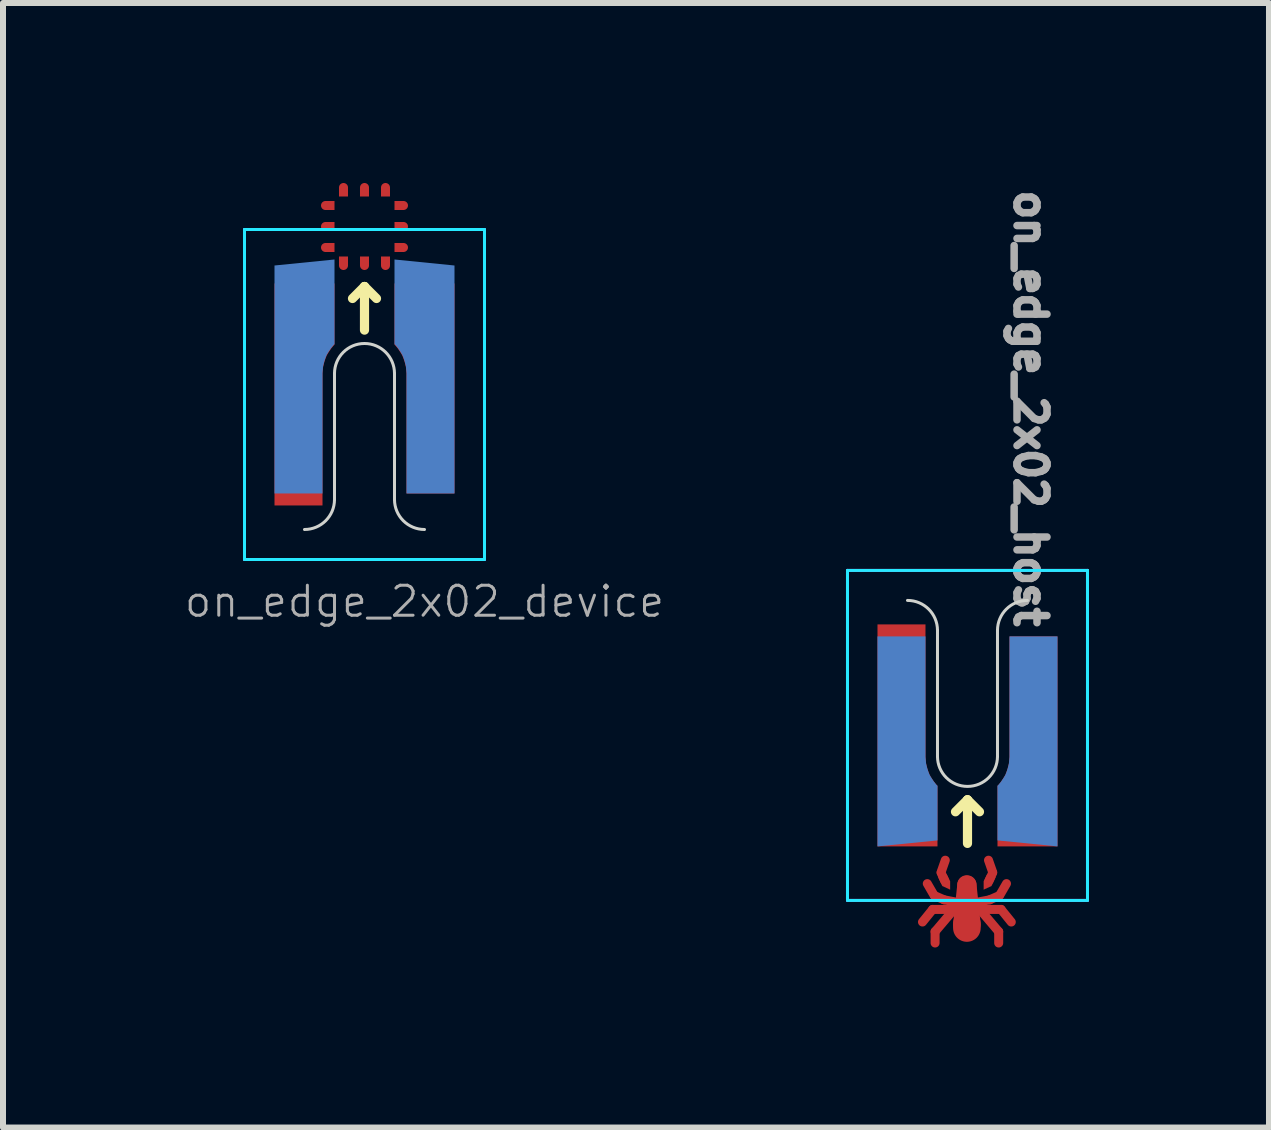
<source format=kicad_pcb>
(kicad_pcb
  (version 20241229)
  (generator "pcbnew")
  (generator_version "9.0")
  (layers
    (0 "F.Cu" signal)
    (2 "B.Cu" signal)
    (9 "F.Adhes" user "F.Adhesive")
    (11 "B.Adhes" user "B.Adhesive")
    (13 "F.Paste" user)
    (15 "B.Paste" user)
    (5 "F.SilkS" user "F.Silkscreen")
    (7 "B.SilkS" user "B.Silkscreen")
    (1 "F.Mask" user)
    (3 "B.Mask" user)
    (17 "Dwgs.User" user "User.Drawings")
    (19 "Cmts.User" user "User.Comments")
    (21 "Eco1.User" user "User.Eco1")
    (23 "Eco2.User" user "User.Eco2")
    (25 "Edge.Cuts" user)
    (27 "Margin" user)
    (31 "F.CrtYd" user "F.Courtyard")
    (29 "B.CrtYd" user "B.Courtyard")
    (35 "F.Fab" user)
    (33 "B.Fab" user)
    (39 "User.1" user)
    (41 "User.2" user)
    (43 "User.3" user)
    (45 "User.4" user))
  (footprint "on_edge_2x02_host"
    (layer "F.Cu")
    (at 14.075 6.957)
    (property "Reference" "on_edge_2x02_host" (at 0.05 -3.2 270) (unlocked yes) (layer "F.Fab") (effects (font (size 0.5 0.5) (thickness 0.125))))
    (attr exclude_from_pos_files exclude_from_bom)
    (fp_line (start -1.75 5.36) (end -1.58 5.15) (stroke (width 0.15) (type solid)) (layer "F.Cu"))
    (fp_line (start -1.67 4.72) (end -1.56 4.91) (stroke (width 0.15) (type solid)) (layer "F.Cu"))
    (fp_line (start -1.54 5.71) (end -1.54 5.52) (stroke (width 0.15) (type solid)) (layer "F.Cu"))
    (fp_line (start -1.44 4.54) (end -1.38 4.67) (stroke (width 0.15) (type solid)) (layer "F.Cu"))
    (fp_line (start -1.39 4.99) (end -1.55 4.92) (stroke (width 0.15) (type solid)) (layer "F.Cu"))
    (fp_line (start -1.39 4.99) (end -1.13 5.04) (stroke (width 0.15) (type solid)) (layer "F.Cu"))
    (fp_line (start -1.37 4.33) (end -1.44 4.53) (stroke (width 0.15) (type solid)) (layer "F.Cu"))
    (fp_line (start -1.26 5.19) (end -1.54 5.52) (stroke (width 0.15) (type solid)) (layer "F.Cu"))
    (fp_line (start -1.21 5.15) (end -1.58 5.15) (stroke (width 0.15) (type solid)) (layer "F.Cu"))
    (fp_line (start -1.09 5.4) (end -1.02 4.74) (stroke (width 0.3) (type solid)) (layer "F.Cu"))
    (fp_line (start -1.01 5.46) (end -1.01 5.39) (stroke (width 0.46) (type solid)) (layer "F.Cu"))
    (fp_line (start -1.01 5.51) (end -1.01 4.74) (stroke (width 0.32) (type solid)) (layer "F.Cu"))
    (fp_line (start -0.93 5.4) (end -1 4.74) (stroke (width 0.3) (type solid)) (layer "F.Cu"))
    (fp_line (start -0.81 5.15) (end -0.44 5.15) (stroke (width 0.15) (type solid)) (layer "F.Cu"))
    (fp_line (start -0.76 5.19) (end -0.48 5.52) (stroke (width 0.15) (type solid)) (layer "F.Cu"))
    (fp_line (start -0.65 4.33) (end -0.58 4.53) (stroke (width 0.15) (type solid)) (layer "F.Cu"))
    (fp_line (start -0.63 4.99) (end -0.89 5.04) (stroke (width 0.15) (type solid)) (layer "F.Cu"))
    (fp_line (start -0.63 4.99) (end -0.47 4.92) (stroke (width 0.15) (type solid)) (layer "F.Cu"))
    (fp_line (start -0.58 4.54) (end -0.64 4.67) (stroke (width 0.15) (type solid)) (layer "F.Cu"))
    (fp_line (start -0.48 5.71) (end -0.48 5.52) (stroke (width 0.15) (type solid)) (layer "F.Cu"))
    (fp_line (start -0.35 4.72) (end -0.46 4.91) (stroke (width 0.15) (type solid)) (layer "F.Cu"))
    (fp_line (start -0.27 5.36) (end -0.44 5.15) (stroke (width 0.15) (type solid)) (layer "F.Cu"))
    (fp_poly (pts (xy -1.35 4.56) (xy -1.29 4.68) (xy -1.29 4.82) (xy -1.42 4.76) (xy -1.49 4.61) (xy -1.4 4.64)) (stroke (width 0.001) (type solid)) (fill yes) (layer "F.Cu"))
    (fp_poly (pts (xy -0.67 4.56) (xy -0.73 4.68) (xy -0.73 4.82) (xy -0.6 4.76) (xy -0.53 4.61) (xy -0.62 4.64)) (stroke (width 0.001) (type solid)) (fill yes) (layer "F.Cu"))
    (fp_line (start -1.75 5.36) (end -1.58 5.15) (stroke (width 0.15) (type solid)) (layer "F.Mask"))
    (fp_line (start -1.67 4.72) (end -1.56 4.91) (stroke (width 0.15) (type solid)) (layer "F.Mask"))
    (fp_line (start -1.54 5.71) (end -1.54 5.52) (stroke (width 0.15) (type solid)) (layer "F.Mask"))
    (fp_line (start -1.44 4.54) (end -1.38 4.67) (stroke (width 0.15) (type solid)) (layer "F.Mask"))
    (fp_line (start -1.39 4.99) (end -1.55 4.92) (stroke (width 0.15) (type solid)) (layer "F.Mask"))
    (fp_line (start -1.39 4.99) (end -1.13 5.04) (stroke (width 0.15) (type solid)) (layer "F.Mask"))
    (fp_line (start -1.37 4.33) (end -1.44 4.53) (stroke (width 0.15) (type solid)) (layer "F.Mask"))
    (fp_line (start -1.26 5.19) (end -1.54 5.52) (stroke (width 0.15) (type solid)) (layer "F.Mask"))
    (fp_line (start -1.21 5.15) (end -1.58 5.15) (stroke (width 0.15) (type solid)) (layer "F.Mask"))
    (fp_line (start -1.09 5.4) (end -1.02 4.74) (stroke (width 0.3) (type solid)) (layer "F.Mask"))
    (fp_line (start -1.01 5.46) (end -1.01 5.39) (stroke (width 0.46) (type solid)) (layer "F.Mask"))
    (fp_line (start -1.01 5.51) (end -1.01 4.74) (stroke (width 0.32) (type solid)) (layer "F.Mask"))
    (fp_line (start -0.93 5.4) (end -1 4.74) (stroke (width 0.3) (type solid)) (layer "F.Mask"))
    (fp_line (start -0.81 5.15) (end -0.44 5.15) (stroke (width 0.15) (type solid)) (layer "F.Mask"))
    (fp_line (start -0.76 5.19) (end -0.48 5.52) (stroke (width 0.15) (type solid)) (layer "F.Mask"))
    (fp_line (start -0.65 4.33) (end -0.58 4.53) (stroke (width 0.15) (type solid)) (layer "F.Mask"))
    (fp_line (start -0.63 4.99) (end -0.89 5.04) (stroke (width 0.15) (type solid)) (layer "F.Mask"))
    (fp_line (start -0.63 4.99) (end -0.47 4.92) (stroke (width 0.15) (type solid)) (layer "F.Mask"))
    (fp_line (start -0.58 4.54) (end -0.64 4.67) (stroke (width 0.15) (type solid)) (layer "F.Mask"))
    (fp_line (start -0.48 5.71) (end -0.48 5.52) (stroke (width 0.15) (type solid)) (layer "F.Mask"))
    (fp_line (start -0.35 4.72) (end -0.46 4.91) (stroke (width 0.15) (type solid)) (layer "F.Mask"))
    (fp_line (start -0.27 5.36) (end -0.44 5.15) (stroke (width 0.15) (type solid)) (layer "F.Mask"))
    (fp_poly (pts (xy -1.35 4.56) (xy -1.29 4.68) (xy -1.29 4.82) (xy -1.42 4.76) (xy -1.49 4.61) (xy -1.4 4.64)) (stroke (width 0.001) (type solid)) (fill yes) (layer "F.Mask"))
    (fp_poly (pts (xy -0.67 4.56) (xy -0.73 4.68) (xy -0.73 4.82) (xy -0.6 4.76) (xy -0.53 4.61) (xy -0.62 4.64)) (stroke (width 0.001) (type solid)) (fill yes) (layer "F.Mask"))
    (fp_line (start -1 3.323) (end -1.2 3.523) (stroke (width 0.153) (type solid)) (layer "F.SilkS"))
    (fp_line (start -1 4.05) (end -1 3.323) (stroke (width 0.153) (type solid)) (layer "F.SilkS"))
    (fp_line (start -0.8 3.523) (end -1 3.323) (stroke (width 0.153) (type solid)) (layer "F.SilkS"))
    (fp_line (start -1.5 0.5) (end -1.5 2.6) (stroke (width 0.05) (type solid)) (layer "Edge.Cuts"))
    (fp_line (start -0.5 2.6) (end -0.5 0.5) (stroke (width 0.05) (type solid)) (layer "Edge.Cuts"))
    (fp_arc (start -2 0) (mid -1.646447 0.146447) (end -1.5 0.5) (stroke (width 0.05) (type solid)) (layer "Edge.Cuts"))
    (fp_arc (start -0.5 0.5) (mid -0.353553 0.146447) (end 0 0) (stroke (width 0.05) (type solid)) (layer "Edge.Cuts"))
    (fp_arc (start -0.5 2.6) (mid -1 3.1) (end -1.5 2.6) (stroke (width 0.05) (type solid)) (layer "Edge.Cuts"))
    (fp_line (start -3 -0.5) (end 1 -0.5) (stroke (width 0.05) (type solid)) (layer "B.CrtYd"))
    (fp_line (start -3 5) (end -3 -0.5) (stroke (width 0.05) (type solid)) (layer "B.CrtYd"))
    (fp_line (start 1 -0.5) (end 1 5) (stroke (width 0.05) (type solid)) (layer "B.CrtYd"))
    (fp_line (start 1 5) (end -3 5) (stroke (width 0.05) (type solid)) (layer "B.CrtYd"))
    (fp_line (start -3 -0.5) (end -3 5) (stroke (width 0.05) (type solid)) (layer "F.CrtYd"))
    (fp_line (start -3 5) (end 1 5) (stroke (width 0.05) (type solid)) (layer "F.CrtYd"))
    (fp_line (start 1 -0.5) (end -3 -0.5) (stroke (width 0.05) (type solid)) (layer "F.CrtYd"))
    (fp_line (start 1 5) (end 1 -0.5) (stroke (width 0.05) (type solid)) (layer "F.CrtYd"))
    (pad "1" smd custom (at -2 3.6) (size 1 1) (layers "F.Cu" "F.Mask") (options (anchor rect)) (primitives (gr_poly (pts (xy 0.3 -0.99) (xy 0.31 -0.88) (xy 0.33 -0.8) (xy 0.35 -0.74) (xy 0.37 -0.69) (xy 0.4 -0.64) (xy 0.44 -0.58) (xy 0.48 -0.53) (xy 0.5 -0.51) (xy 0.5 0.5) (xy -0.5 0.5) (xy -0.5 -3.2) (xy 0.3 -3.2)) (width 0) (fill yes))))
    (pad "2" smd custom (at 0 3.6) (size 1 1) (layers "F.Cu" "F.Mask") (options (anchor rect)) (primitives (gr_poly (pts (xy -0.3 -0.99) (xy -0.31 -0.88) (xy -0.33 -0.8) (xy -0.35 -0.74) (xy -0.37 -0.69) (xy -0.4 -0.64) (xy -0.44 -0.58) (xy -0.48 -0.53) (xy -0.5 -0.51) (xy -0.5 0.5) (xy 0.5 0.5) (xy 0.5 -3) (xy -0.3 -3)) (width 0) (fill yes))))
    (pad "3" smd custom (at -2 2.1 180) (size 0.4 0.4) (layers "B.Cu" "B.Mask") (options (anchor rect)) (primitives (gr_poly (pts (xy -0.3 -0.51) (xy -0.31 -0.62) (xy -0.33 -0.7) (xy -0.35 -0.76) (xy -0.37 -0.81) (xy -0.4 -0.86) (xy -0.44 -0.92) (xy -0.48 -0.97) (xy -0.5 -0.99) (xy -0.5 -1.9) (xy 0.5 -2) (xy 0.5 1.5) (xy -0.3 1.5)) (width 0) (fill yes))))
    (pad "4" smd custom (at 0 2.1 180) (size 0.4 0.4) (layers "B.Cu" "B.Mask") (options (anchor rect)) (primitives (gr_poly (pts (xy 0.3 -0.51) (xy 0.31 -0.62) (xy 0.33 -0.7) (xy 0.35 -0.76) (xy 0.37 -0.81) (xy 0.4 -0.86) (xy 0.44 -0.92) (xy 0.48 -0.97) (xy 0.5 -0.99) (xy 0.5 -1.9) (xy -0.5 -2) (xy -0.5 1.5) (xy 0.3 1.5)) (width 0) (fill yes)))))
  (footprint "on_edge_2x02_device"
    (layer "F.Cu")
    (at 4.025 5.775)
    (property "Reference" "on_edge_2x02_device" (at 0 1.2 0) (unlocked yes) (layer "F.Fab") (effects (font (size 0.5 0.5) (thickness 0.05))))
    (attr exclude_from_pos_files exclude_from_bom)
    (fp_line (start -1.6 -5.4) (end -1.65 -5.4) (stroke (width 0.15) (type solid)) (layer "F.Cu"))
    (fp_line (start -1.6 -5.05) (end -1.65 -5.05) (stroke (width 0.15) (type solid)) (layer "F.Cu"))
    (fp_line (start -1.6 -4.7) (end -1.65 -4.7) (stroke (width 0.15) (type solid)) (layer "F.Cu"))
    (fp_line (start -1.35 -5.65) (end -1.35 -5.7) (stroke (width 0.15) (type solid)) (layer "F.Cu"))
    (fp_line (start -1.35 -4.45) (end -1.35 -4.4) (stroke (width 0.15) (type solid)) (layer "F.Cu"))
    (fp_line (start -1 -5.65) (end -1 -5.7) (stroke (width 0.15) (type solid)) (layer "F.Cu"))
    (fp_line (start -1 -4.45) (end -1 -4.4) (stroke (width 0.15) (type solid)) (layer "F.Cu"))
    (fp_line (start -0.65 -5.65) (end -0.65 -5.7) (stroke (width 0.15) (type solid)) (layer "F.Cu"))
    (fp_line (start -0.65 -4.45) (end -0.65 -4.4) (stroke (width 0.15) (type solid)) (layer "F.Cu"))
    (fp_line (start -0.4 -5.4) (end -0.35 -5.4) (stroke (width 0.15) (type solid)) (layer "F.Cu"))
    (fp_line (start -0.4 -5.05) (end -0.35 -5.05) (stroke (width 0.15) (type solid)) (layer "F.Cu"))
    (fp_line (start -0.4 -4.7) (end -0.35 -4.7) (stroke (width 0.15) (type solid)) (layer "F.Cu"))
    (fp_poly (pts (xy -1.5 -5.475) (xy -1.5 -5.325) (xy -1.625 -5.325) (xy -1.625 -5.475)) (stroke (width 0) (type solid)) (fill yes) (layer "F.Cu"))
    (fp_poly (pts (xy -1.5 -5.125) (xy -1.5 -4.975) (xy -1.625 -4.975) (xy -1.625 -5.125)) (stroke (width 0) (type solid)) (fill yes) (layer "F.Cu"))
    (fp_poly (pts (xy -1.5 -4.775) (xy -1.5 -4.625) (xy -1.625 -4.625) (xy -1.625 -4.775)) (stroke (width 0) (type solid)) (fill yes) (layer "F.Cu"))
    (fp_poly (pts (xy -1.425 -4.55) (xy -1.275 -4.55) (xy -1.275 -4.425) (xy -1.425 -4.425)) (stroke (width 0) (type solid)) (fill yes) (layer "F.Cu"))
    (fp_poly (pts (xy -1.275 -5.55) (xy -1.425 -5.55) (xy -1.425 -5.675) (xy -1.275 -5.675)) (stroke (width 0) (type solid)) (fill yes) (layer "F.Cu"))
    (fp_poly (pts (xy -1.075 -4.55) (xy -0.925 -4.55) (xy -0.925 -4.425) (xy -1.075 -4.425)) (stroke (width 0) (type solid)) (fill yes) (layer "F.Cu"))
    (fp_poly (pts (xy -0.925 -5.55) (xy -1.075 -5.55) (xy -1.075 -5.675) (xy -0.925 -5.675)) (stroke (width 0) (type solid)) (fill yes) (layer "F.Cu"))
    (fp_poly (pts (xy -0.725 -4.55) (xy -0.575 -4.55) (xy -0.575 -4.425) (xy -0.725 -4.425)) (stroke (width 0) (type solid)) (fill yes) (layer "F.Cu"))
    (fp_poly (pts (xy -0.575 -5.55) (xy -0.725 -5.55) (xy -0.725 -5.675) (xy -0.575 -5.675)) (stroke (width 0) (type solid)) (fill yes) (layer "F.Cu"))
    (fp_poly (pts (xy -0.5 -5.325) (xy -0.5 -5.475) (xy -0.375 -5.475) (xy -0.375 -5.325)) (stroke (width 0) (type solid)) (fill yes) (layer "F.Cu"))
    (fp_poly (pts (xy -0.5 -4.975) (xy -0.5 -5.125) (xy -0.375 -5.125) (xy -0.375 -4.975)) (stroke (width 0) (type solid)) (fill yes) (layer "F.Cu"))
    (fp_poly (pts (xy -0.5 -4.625) (xy -0.5 -4.775) (xy -0.375 -4.775) (xy -0.375 -4.625)) (stroke (width 0) (type solid)) (fill yes) (layer "F.Cu"))
    (fp_line (start -1.5 -5.4) (end -1.65 -5.4) (stroke (width 0.15) (type solid)) (layer "F.Mask"))
    (fp_line (start -1.5 -5.05) (end -1.65 -5.05) (stroke (width 0.15) (type solid)) (layer "F.Mask"))
    (fp_line (start -1.5 -4.7) (end -1.65 -4.7) (stroke (width 0.15) (type solid)) (layer "F.Mask"))
    (fp_line (start -1.35 -5.55) (end -1.35 -5.7) (stroke (width 0.15) (type solid)) (layer "F.Mask"))
    (fp_line (start -1.35 -4.55) (end -1.35 -4.4) (stroke (width 0.15) (type solid)) (layer "F.Mask"))
    (fp_line (start -1 -5.55) (end -1 -5.7) (stroke (width 0.15) (type solid)) (layer "F.Mask"))
    (fp_line (start -1 -4.55) (end -1 -4.4) (stroke (width 0.15) (type solid)) (layer "F.Mask"))
    (fp_line (start -0.65 -5.55) (end -0.65 -5.7) (stroke (width 0.15) (type solid)) (layer "F.Mask"))
    (fp_line (start -0.65 -4.55) (end -0.65 -4.4) (stroke (width 0.15) (type solid)) (layer "F.Mask"))
    (fp_line (start -0.5 -5.4) (end -0.35 -5.4) (stroke (width 0.15) (type solid)) (layer "F.Mask"))
    (fp_line (start -0.5 -5.05) (end -0.35 -5.05) (stroke (width 0.15) (type solid)) (layer "F.Mask"))
    (fp_line (start -0.5 -4.7) (end -0.35 -4.7) (stroke (width 0.15) (type solid)) (layer "F.Mask"))
    (fp_poly (pts (xy -0.55 -4.6) (xy -1.45 -4.6) (xy -1.45 -5.5) (xy -0.55 -5.5)) (stroke (width 0.1) (type solid)) (fill yes) (layer "F.Mask"))
    (fp_line (start -1.2 -3.85) (end -1 -4.05) (stroke (width 0.153) (type solid)) (layer "F.SilkS"))
    (fp_line (start -1 -4.05) (end -1 -3.323) (stroke (width 0.153) (type solid)) (layer "F.SilkS"))
    (fp_line (start -1 -4.05) (end -0.8 -3.85) (stroke (width 0.153) (type solid)) (layer "F.SilkS"))
    (fp_line (start -1.5 -2.6) (end -1.5 -0.5) (stroke (width 0.05) (type solid)) (layer "Edge.Cuts"))
    (fp_line (start -0.5 -0.5) (end -0.5 -2.6) (stroke (width 0.05) (type solid)) (layer "Edge.Cuts"))
    (fp_arc (start -1.5 -2.6) (mid -1 -3.1) (end -0.5 -2.6) (stroke (width 0.05) (type solid)) (layer "Edge.Cuts"))
    (fp_arc (start -1.5 -0.5) (mid -1.646447 -0.146447) (end -2 0) (stroke (width 0.05) (type solid)) (layer "Edge.Cuts"))
    (fp_arc (start 0 0) (mid -0.353553 -0.146447) (end -0.5 -0.5) (stroke (width 0.05) (type solid)) (layer "Edge.Cuts"))
    (fp_line (start -3 -5) (end -3 0.5) (stroke (width 0.05) (type solid)) (layer "B.CrtYd"))
    (fp_line (start -3 0.5) (end 1 0.5) (stroke (width 0.05) (type solid)) (layer "B.CrtYd"))
    (fp_line (start 1 -5) (end -3 -5) (stroke (width 0.05) (type solid)) (layer "B.CrtYd"))
    (fp_line (start 1 0.5) (end 1 -5) (stroke (width 0.05) (type solid)) (layer "B.CrtYd"))
    (fp_line (start -3 -5) (end 1 -5) (stroke (width 0.05) (type solid)) (layer "F.CrtYd"))
    (fp_line (start -3 0.5) (end -3 -5) (stroke (width 0.05) (type solid)) (layer "F.CrtYd"))
    (fp_line (start 1 -5) (end 1 0.5) (stroke (width 0.05) (type solid)) (layer "F.CrtYd"))
    (fp_line (start 1 0.5) (end -3 0.5) (stroke (width 0.05) (type solid)) (layer "F.CrtYd"))
    (pad "1" smd custom (at -2 -3.6) (size 1 1) (layers "F.Cu" "F.Mask") (options (anchor rect)) (primitives (gr_poly (pts (xy 0.3 1) (xy 0.31 0.89) (xy 0.33 0.81) (xy 0.35 0.75) (xy 0.37 0.7) (xy 0.4 0.65) (xy 0.44 0.59) (xy 0.48 0.54) (xy 0.5 0.52) (xy 0.5 -0.5) (xy -0.5 -0.5) (xy -0.5 3.2) (xy 0.3 3.2)) (width 0) (fill yes))))
    (pad "2" smd custom (at 0 -3.6) (size 1 1) (layers "F.Cu" "F.Mask") (options (anchor rect)) (primitives (gr_poly (pts (xy -0.3 1) (xy -0.31 0.89) (xy -0.33 0.81) (xy -0.35 0.75) (xy -0.37 0.7) (xy -0.4 0.65) (xy -0.44 0.59) (xy -0.48 0.54) (xy -0.5 0.52) (xy -0.5 -0.5) (xy 0.5 -0.5) (xy 0.5 3) (xy -0.3 3)) (width 0) (fill yes))))
    (pad "3" smd custom (at -2 -2.1) (size 0.4 0.4) (layers "B.Cu" "B.Mask") (options (anchor rect)) (primitives (gr_poly (pts (xy 0.3 -0.51) (xy 0.31 -0.62) (xy 0.33 -0.7) (xy 0.35 -0.76) (xy 0.37 -0.81) (xy 0.4 -0.86) (xy 0.44 -0.92) (xy 0.48 -0.97) (xy 0.5 -0.99) (xy 0.5 -2.4) (xy -0.5 -2.3) (xy -0.5 1.5) (xy 0.3 1.5)) (width 0) (fill yes))))
    (pad "4" smd custom (at 0 -2.1) (size 0.4 0.4) (layers "B.Cu" "B.Mask") (options (anchor rect)) (primitives (gr_poly (pts (xy -0.3 -0.51) (xy -0.31 -0.62) (xy -0.33 -0.7) (xy -0.35 -0.76) (xy -0.37 -0.81) (xy -0.4 -0.86) (xy -0.44 -0.92) (xy -0.48 -0.97) (xy -0.5 -0.99) (xy -0.5 -2.4) (xy 0.5 -2.3) (xy 0.5 1.5) (xy -0.3 1.5)) (width 0) (fill yes)))))
  (gr_rect
    (start -3 -3)
    (end 18.1 15.742)
    (stroke (width 0.1) (type default))
    (fill no)
    (layer "Edge.Cuts")))
</source>
